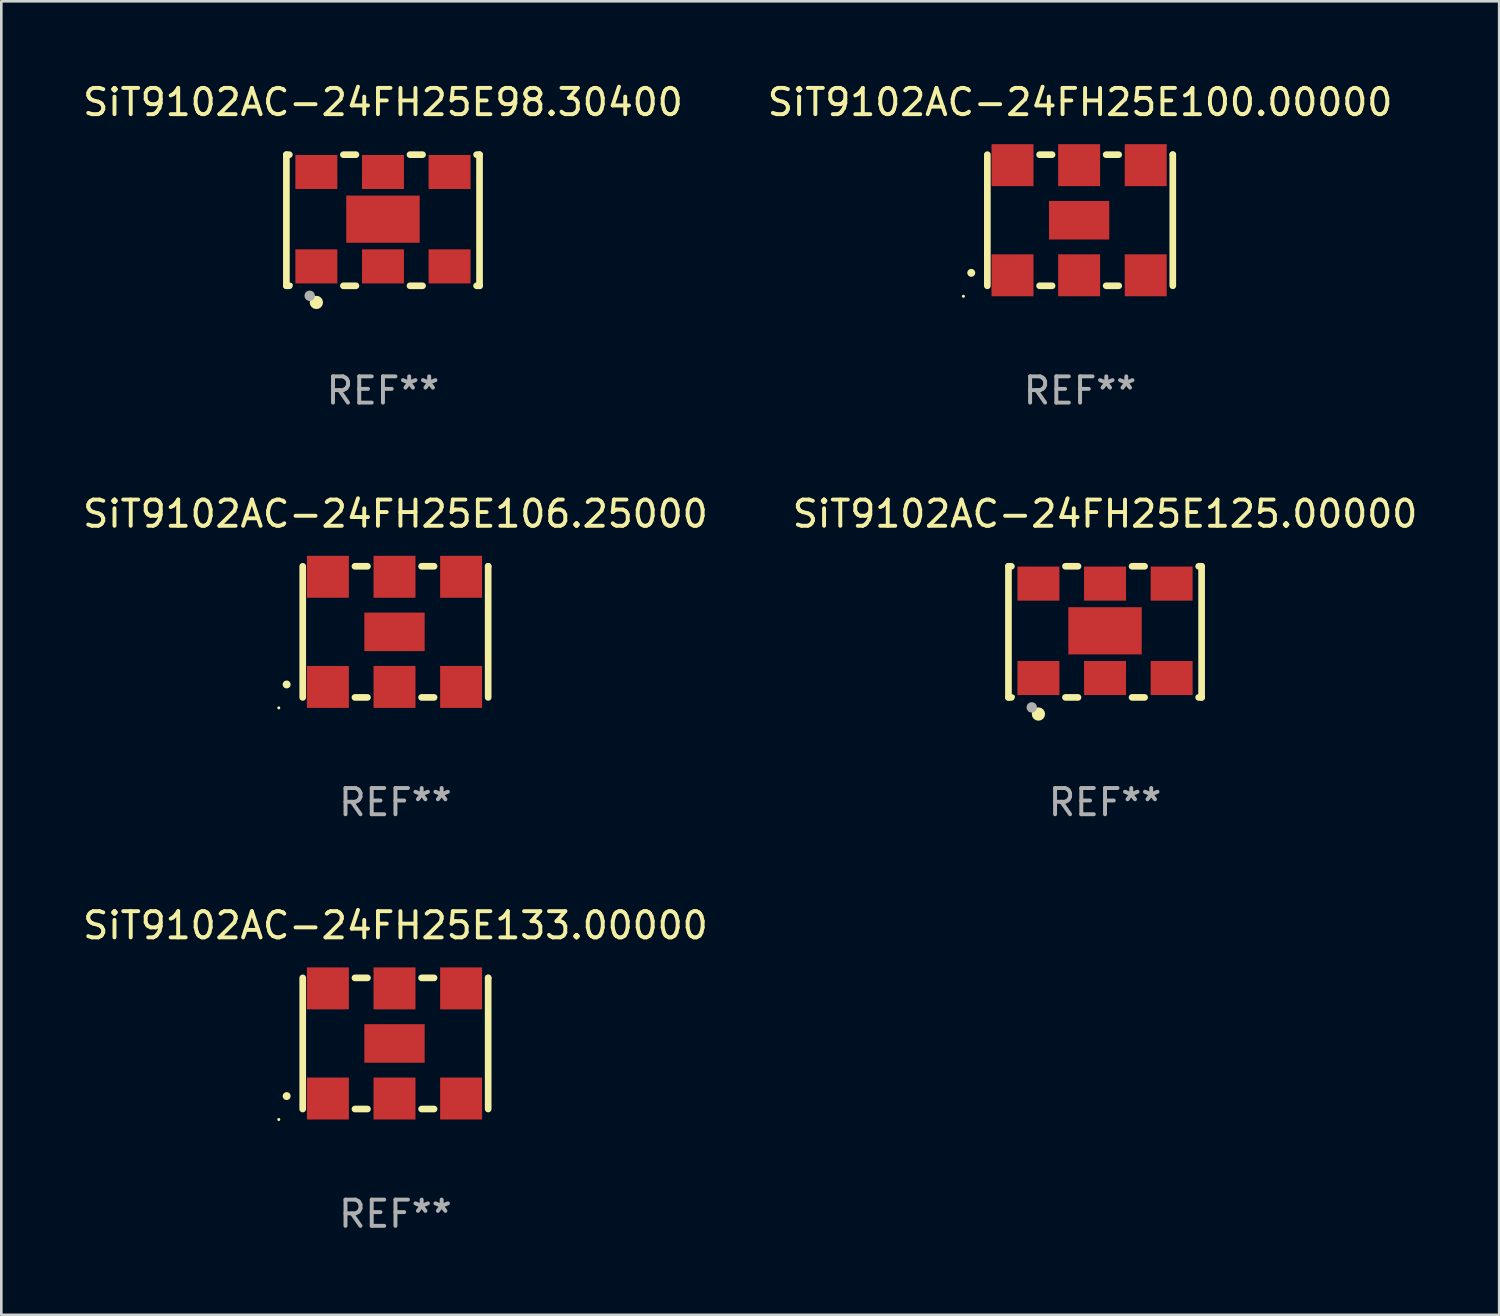
<source format=kicad_pcb>
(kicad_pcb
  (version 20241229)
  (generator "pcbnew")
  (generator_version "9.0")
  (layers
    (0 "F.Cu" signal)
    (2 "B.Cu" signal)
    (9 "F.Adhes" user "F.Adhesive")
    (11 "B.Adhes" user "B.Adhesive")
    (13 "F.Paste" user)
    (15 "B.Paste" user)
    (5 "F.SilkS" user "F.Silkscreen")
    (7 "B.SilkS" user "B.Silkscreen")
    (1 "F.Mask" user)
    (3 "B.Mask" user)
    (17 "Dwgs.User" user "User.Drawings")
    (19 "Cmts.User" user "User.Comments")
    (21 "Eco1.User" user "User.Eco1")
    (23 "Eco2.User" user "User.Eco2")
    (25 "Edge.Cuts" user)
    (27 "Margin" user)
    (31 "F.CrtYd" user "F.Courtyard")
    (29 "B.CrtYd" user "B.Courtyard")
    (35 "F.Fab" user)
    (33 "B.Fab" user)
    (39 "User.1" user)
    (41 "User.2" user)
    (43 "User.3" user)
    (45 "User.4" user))
  (footprint "SiT9102AC-24FH25E106.25000"
    (layer "F.Cu")
    (at 12.03 21.045)
    (property "Reference" "SiT9102AC-24FH25E106.25000" (at 0 -4.5 0) (layer "F.SilkS") (effects (font (size 1 1) (thickness 0.15))))
    (attr through_hole)
    (fp_line (start -3.536 -2.5) (end -3.536 2.5) (stroke (width 0.254) (type solid)) (layer "F.SilkS"))
    (fp_line (start -1.544 2.5) (end -1.067 2.5) (stroke (width 0.254) (type solid)) (layer "F.SilkS"))
    (fp_line (start -1.067 -2.5) (end -1.544 -2.5) (stroke (width 0.254) (type solid)) (layer "F.SilkS"))
    (fp_line (start 0.996 2.5) (end 1.473 2.5) (stroke (width 0.254) (type solid)) (layer "F.SilkS"))
    (fp_line (start 1.473 -2.5) (end 0.996 -2.5) (stroke (width 0.254) (type solid)) (layer "F.SilkS"))
    (fp_line (start 3.536 -2.5) (end 3.536 -2.5) (stroke (width 0.254) (type solid)) (layer "F.SilkS"))
    (fp_line (start 3.536 2.5) (end 3.536 -2.5) (stroke (width 0.254) (type solid)) (layer "F.SilkS"))
    (fp_arc (start -4.150432 2.006604) (mid -4.149162 2.006599) (end -4.147892 2.006604) (stroke (width 0.3) (type solid)) (layer "F.SilkS"))
    (fp_circle (center -4.449 2.9) (end -4.419 2.9) (stroke (width 0.06) (type solid)) (fill no) (layer "F.SilkS"))
    (fp_text user "REF**" (at 0 6.5 0) (layer "F.Fab") (effects (font (size 1 1) (thickness 0.15))))
    (pad "1" smd rect (at -2.576 2.1) (size 1.6 1.6) (layers "F.Cu" "F.Mask" "F.Paste"))
    (pad "2" smd rect (at -0.036 2.1) (size 1.6 1.6) (layers "F.Cu" "F.Mask" "F.Paste"))
    (pad "3" smd rect (at 2.504 2.1) (size 1.6 1.6) (layers "F.Cu" "F.Mask" "F.Paste"))
    (pad "4" smd rect (at 2.504 -2.1) (size 1.6 1.6) (layers "F.Cu" "F.Mask" "F.Paste"))
    (pad "5" smd rect (at -0.036 -2.1) (size 1.6 1.6) (layers "F.Cu" "F.Mask" "F.Paste"))
    (pad "6" smd rect (at -2.576 -2.1) (size 1.6 1.6) (layers "F.Cu" "F.Mask" "F.Paste"))
    (pad "7" smd rect (at -0.036 0) (size 2.3 1.47) (layers "F.Cu" "F.Mask" "F.Paste")))
  (footprint "SiT9102AC-24FH25E125.00000"
    (layer "F.Cu")
    (at 39.089 21.045)
    (property "Reference" "SiT9102AC-24FH25E125.00000" (at 0 -4.5 0) (layer "F.SilkS") (effects (font (size 1 1) (thickness 0.15))))
    (attr through_hole)
    (fp_line (start -3.683 -2.5) (end -3.571 -2.5) (stroke (width 0.254) (type solid)) (layer "F.SilkS"))
    (fp_line (start -3.683 2.5) (end -3.683 -2.5) (stroke (width 0.254) (type solid)) (layer "F.SilkS"))
    (fp_line (start -3.683 2.5) (end -3.571 2.5) (stroke (width 0.254) (type solid)) (layer "F.SilkS"))
    (fp_line (start -1.509 -2.5) (end -1.031 -2.5) (stroke (width 0.254) (type solid)) (layer "F.SilkS"))
    (fp_line (start -1.509 2.5) (end -1.031 2.5) (stroke (width 0.254) (type solid)) (layer "F.SilkS"))
    (fp_line (start 1.031 -2.5) (end 1.509 -2.5) (stroke (width 0.254) (type solid)) (layer "F.SilkS"))
    (fp_line (start 1.031 2.5) (end 1.509 2.5) (stroke (width 0.254) (type solid)) (layer "F.SilkS"))
    (fp_line (start 3.571 -2.5) (end 3.683 -2.5) (stroke (width 0.254) (type solid)) (layer "F.SilkS"))
    (fp_line (start 3.571 2.5) (end 3.683 2.5) (stroke (width 0.254) (type solid)) (layer "F.SilkS"))
    (fp_line (start 3.683 2.5) (end 3.683 -2.5) (stroke (width 0.254) (type solid)) (layer "F.SilkS"))
    (fp_circle (center -3.5 2.46) (end -3.47 2.46) (stroke (width 0.06) (type solid)) (fill no) (layer "F.SilkS"))
    (fp_circle (center -2.54 3.135) (end -2.413 3.135) (stroke (width 0.254) (type solid)) (fill no) (layer "F.SilkS"))
    (fp_circle (center -2.794 2.881) (end -2.694 2.881) (stroke (width 0.2) (type solid)) (fill no) (layer "F.Fab"))
    (fp_text user "REF**" (at 0 6.5 0) (layer "F.Fab") (effects (font (size 1 1) (thickness 0.15))))
    (pad "1" smd rect (at -2.54 1.76) (size 1.6 1.3) (layers "F.Cu" "F.Mask" "F.Paste"))
    (pad "2" smd rect (at 0 1.76) (size 1.6 1.3) (layers "F.Cu" "F.Mask" "F.Paste"))
    (pad "3" smd rect (at 2.54 1.76) (size 1.6 1.3) (layers "F.Cu" "F.Mask" "F.Paste"))
    (pad "4" smd rect (at 2.54 -1.84) (size 1.6 1.3) (layers "F.Cu" "F.Mask" "F.Paste"))
    (pad "5" smd rect (at 0 -1.84) (size 1.6 1.3) (layers "F.Cu" "F.Mask" "F.Paste"))
    (pad "6" smd rect (at -2.54 -1.84) (size 1.6 1.3) (layers "F.Cu" "F.Mask" "F.Paste"))
    (pad "7" smd rect (at 0 -0.04) (size 2.8 1.8) (layers "F.Cu" "F.Mask" "F.Paste")))
  (footprint "SiT9102AC-24FH25E98.30400"
    (layer "F.Cu")
    (at 11.554 5.348)
    (property "Reference" "SiT9102AC-24FH25E98.30400" (at 0 -4.5 0) (layer "F.SilkS") (effects (font (size 1 1) (thickness 0.15))))
    (attr through_hole)
    (fp_line (start -3.683 -2.5) (end -3.571 -2.5) (stroke (width 0.254) (type solid)) (layer "F.SilkS"))
    (fp_line (start -3.683 2.5) (end -3.683 -2.5) (stroke (width 0.254) (type solid)) (layer "F.SilkS"))
    (fp_line (start -3.683 2.5) (end -3.571 2.5) (stroke (width 0.254) (type solid)) (layer "F.SilkS"))
    (fp_line (start -1.509 -2.5) (end -1.031 -2.5) (stroke (width 0.254) (type solid)) (layer "F.SilkS"))
    (fp_line (start -1.509 2.5) (end -1.031 2.5) (stroke (width 0.254) (type solid)) (layer "F.SilkS"))
    (fp_line (start 1.031 -2.5) (end 1.509 -2.5) (stroke (width 0.254) (type solid)) (layer "F.SilkS"))
    (fp_line (start 1.031 2.5) (end 1.509 2.5) (stroke (width 0.254) (type solid)) (layer "F.SilkS"))
    (fp_line (start 3.571 -2.5) (end 3.683 -2.5) (stroke (width 0.254) (type solid)) (layer "F.SilkS"))
    (fp_line (start 3.571 2.5) (end 3.683 2.5) (stroke (width 0.254) (type solid)) (layer "F.SilkS"))
    (fp_line (start 3.683 2.5) (end 3.683 -2.5) (stroke (width 0.254) (type solid)) (layer "F.SilkS"))
    (fp_circle (center -3.5 2.46) (end -3.47 2.46) (stroke (width 0.06) (type solid)) (fill no) (layer "F.SilkS"))
    (fp_circle (center -2.54 3.135) (end -2.413 3.135) (stroke (width 0.254) (type solid)) (fill no) (layer "F.SilkS"))
    (fp_circle (center -2.794 2.881) (end -2.694 2.881) (stroke (width 0.2) (type solid)) (fill no) (layer "F.Fab"))
    (fp_text user "REF**" (at 0 6.5 0) (layer "F.Fab") (effects (font (size 1 1) (thickness 0.15))))
    (pad "1" smd rect (at -2.54 1.76) (size 1.6 1.3) (layers "F.Cu" "F.Mask" "F.Paste"))
    (pad "2" smd rect (at 0 1.76) (size 1.6 1.3) (layers "F.Cu" "F.Mask" "F.Paste"))
    (pad "3" smd rect (at 2.54 1.76) (size 1.6 1.3) (layers "F.Cu" "F.Mask" "F.Paste"))
    (pad "4" smd rect (at 2.54 -1.84) (size 1.6 1.3) (layers "F.Cu" "F.Mask" "F.Paste"))
    (pad "5" smd rect (at 0 -1.84) (size 1.6 1.3) (layers "F.Cu" "F.Mask" "F.Paste"))
    (pad "6" smd rect (at -2.54 -1.84) (size 1.6 1.3) (layers "F.Cu" "F.Mask" "F.Paste"))
    (pad "7" smd rect (at 0 -0.04) (size 2.8 1.8) (layers "F.Cu" "F.Mask" "F.Paste")))
  (footprint "SiT9102AC-24FH25E133.00000"
    (layer "F.Cu")
    (at 12.03 36.741)
    (property "Reference" "SiT9102AC-24FH25E133.00000" (at 0 -4.5 0) (layer "F.SilkS") (effects (font (size 1 1) (thickness 0.15))))
    (attr through_hole)
    (fp_line (start -3.536 -2.5) (end -3.536 2.5) (stroke (width 0.254) (type solid)) (layer "F.SilkS"))
    (fp_line (start -1.544 2.5) (end -1.067 2.5) (stroke (width 0.254) (type solid)) (layer "F.SilkS"))
    (fp_line (start -1.067 -2.5) (end -1.544 -2.5) (stroke (width 0.254) (type solid)) (layer "F.SilkS"))
    (fp_line (start 0.996 2.5) (end 1.473 2.5) (stroke (width 0.254) (type solid)) (layer "F.SilkS"))
    (fp_line (start 1.473 -2.5) (end 0.996 -2.5) (stroke (width 0.254) (type solid)) (layer "F.SilkS"))
    (fp_line (start 3.536 -2.5) (end 3.536 -2.5) (stroke (width 0.254) (type solid)) (layer "F.SilkS"))
    (fp_line (start 3.536 2.5) (end 3.536 -2.5) (stroke (width 0.254) (type solid)) (layer "F.SilkS"))
    (fp_arc (start -4.150432 2.006604) (mid -4.149162 2.006599) (end -4.147892 2.006604) (stroke (width 0.3) (type solid)) (layer "F.SilkS"))
    (fp_circle (center -4.449 2.9) (end -4.419 2.9) (stroke (width 0.06) (type solid)) (fill no) (layer "F.SilkS"))
    (fp_text user "REF**" (at 0 6.5 0) (layer "F.Fab") (effects (font (size 1 1) (thickness 0.15))))
    (pad "1" smd rect (at -2.576 2.1) (size 1.6 1.6) (layers "F.Cu" "F.Mask" "F.Paste"))
    (pad "2" smd rect (at -0.036 2.1) (size 1.6 1.6) (layers "F.Cu" "F.Mask" "F.Paste"))
    (pad "3" smd rect (at 2.504 2.1) (size 1.6 1.6) (layers "F.Cu" "F.Mask" "F.Paste"))
    (pad "4" smd rect (at 2.504 -2.1) (size 1.6 1.6) (layers "F.Cu" "F.Mask" "F.Paste"))
    (pad "5" smd rect (at -0.036 -2.1) (size 1.6 1.6) (layers "F.Cu" "F.Mask" "F.Paste"))
    (pad "6" smd rect (at -2.576 -2.1) (size 1.6 1.6) (layers "F.Cu" "F.Mask" "F.Paste"))
    (pad "7" smd rect (at -0.036 0) (size 2.3 1.47) (layers "F.Cu" "F.Mask" "F.Paste")))
  (footprint "SiT9102AC-24FH25E100.00000"
    (layer "F.Cu")
    (at 38.137 5.348)
    (property "Reference" "SiT9102AC-24FH25E100.00000" (at 0 -4.5 0) (layer "F.SilkS") (effects (font (size 1 1) (thickness 0.15))))
    (attr through_hole)
    (fp_line (start -3.536 -2.5) (end -3.536 2.5) (stroke (width 0.254) (type solid)) (layer "F.SilkS"))
    (fp_line (start -1.544 2.5) (end -1.067 2.5) (stroke (width 0.254) (type solid)) (layer "F.SilkS"))
    (fp_line (start -1.067 -2.5) (end -1.544 -2.5) (stroke (width 0.254) (type solid)) (layer "F.SilkS"))
    (fp_line (start 0.996 2.5) (end 1.473 2.5) (stroke (width 0.254) (type solid)) (layer "F.SilkS"))
    (fp_line (start 1.473 -2.5) (end 0.996 -2.5) (stroke (width 0.254) (type solid)) (layer "F.SilkS"))
    (fp_line (start 3.536 -2.5) (end 3.536 -2.5) (stroke (width 0.254) (type solid)) (layer "F.SilkS"))
    (fp_line (start 3.536 2.5) (end 3.536 -2.5) (stroke (width 0.254) (type solid)) (layer "F.SilkS"))
    (fp_arc (start -4.150432 2.006604) (mid -4.149162 2.006599) (end -4.147892 2.006604) (stroke (width 0.3) (type solid)) (layer "F.SilkS"))
    (fp_circle (center -4.449 2.9) (end -4.419 2.9) (stroke (width 0.06) (type solid)) (fill no) (layer "F.SilkS"))
    (fp_text user "REF**" (at 0 6.5 0) (layer "F.Fab") (effects (font (size 1 1) (thickness 0.15))))
    (pad "1" smd rect (at -2.576 2.1) (size 1.6 1.6) (layers "F.Cu" "F.Mask" "F.Paste"))
    (pad "2" smd rect (at -0.036 2.1) (size 1.6 1.6) (layers "F.Cu" "F.Mask" "F.Paste"))
    (pad "3" smd rect (at 2.504 2.1) (size 1.6 1.6) (layers "F.Cu" "F.Mask" "F.Paste"))
    (pad "4" smd rect (at 2.504 -2.1) (size 1.6 1.6) (layers "F.Cu" "F.Mask" "F.Paste"))
    (pad "5" smd rect (at -0.036 -2.1) (size 1.6 1.6) (layers "F.Cu" "F.Mask" "F.Paste"))
    (pad "6" smd rect (at -2.576 -2.1) (size 1.6 1.6) (layers "F.Cu" "F.Mask" "F.Paste"))
    (pad "7" smd rect (at -0.036 0) (size 2.3 1.47) (layers "F.Cu" "F.Mask" "F.Paste")))
  (gr_rect
    (start -3 -3)
    (end 54.119 47.09)
    (stroke (width 0.1) (type default))
    (fill no)
    (layer "Edge.Cuts")))
</source>
